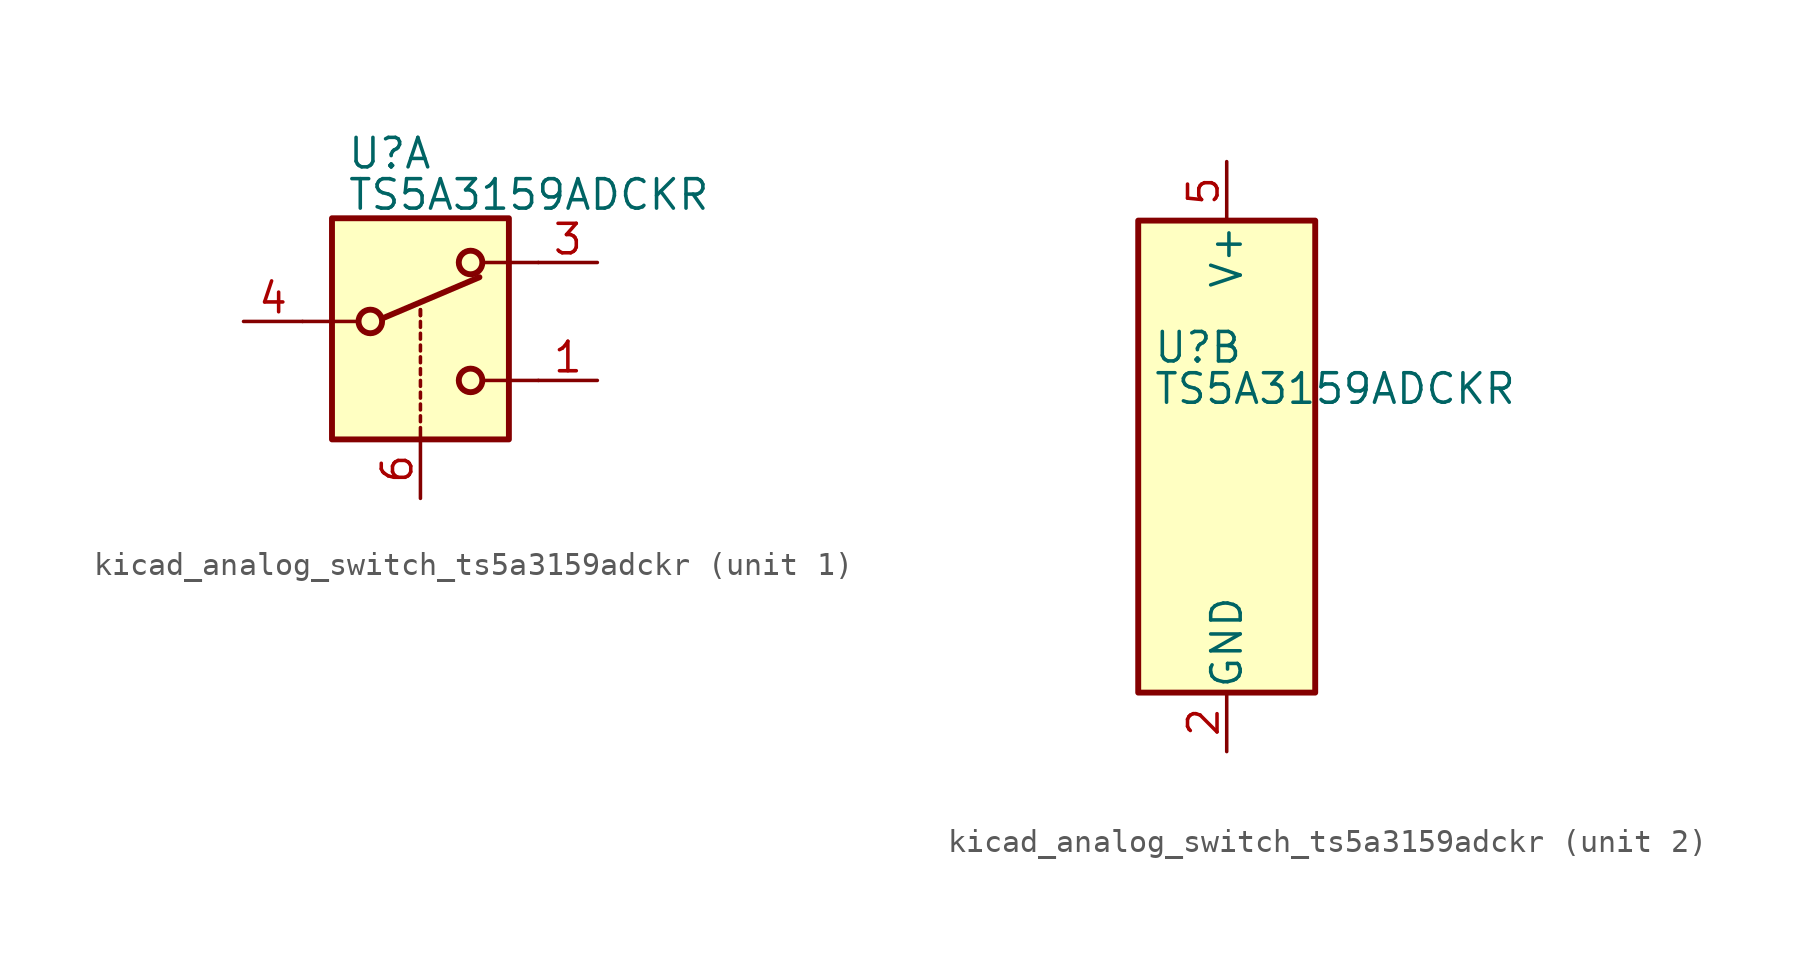
<source format=kicad_sym>
(kicad_symbol_lib
  (version 20220914)
  (generator kicad_symbol_editor)
  (symbol "kicad_analog_switch_ts5a3159adckr"
    (pin_names
      (offset 0.127))
    (property "Reference" "U"
      (at -3.175 4.699 0)
      (effects (font (size 1.27 1.27)) (justify left)))
    (property "Value" "TS5A3159ADCKR"
      (at -3.175 2.921 0)
      (effects (font (size 1.27 1.27)) (justify left)))
    (symbol "kicad_analog_switch_ts5a3159adckr_1_1"
      (rectangle (start -3.81 1.905) (end 3.81 -7.62) (stroke (width 0.254) (type default)) (fill (type background)))
      (circle (center -2.159 -2.54) (radius 0.508) (stroke (width 0.254) (type default)) (fill (type none)))
      (polyline (pts (xy -5.08 -2.54) (xy -2.794 -2.54)) (stroke (width 0) (type default)) (fill (type none)))
      (polyline (pts (xy -1.651 -2.413) (xy 2.54 -0.635)) (stroke (width 0.254) (type default)) (fill (type none)))
      (polyline (pts (xy 0 -7.62) (xy 0 -7.112)) (stroke (width 0) (type default)) (fill (type none)))
      (polyline (pts (xy 0 -6.858) (xy 0 -6.604)) (stroke (width 0) (type default)) (fill (type none)))
      (polyline (pts (xy 0 -6.35) (xy 0 -6.096)) (stroke (width 0) (type default)) (fill (type none)))
      (polyline (pts (xy 0 -5.842) (xy 0 -5.588)) (stroke (width 0) (type default)) (fill (type none)))
      (polyline (pts (xy 0 -5.334) (xy 0 -5.08)) (stroke (width 0) (type default)) (fill (type none)))
      (polyline (pts (xy 0 -4.826) (xy 0 -4.572)) (stroke (width 0) (type default)) (fill (type none)))
      (polyline (pts (xy 0 -4.318) (xy 0 -4.064)) (stroke (width 0) (type default)) (fill (type none)))
      (polyline (pts (xy 0 -3.81) (xy 0 -3.556)) (stroke (width 0) (type default)) (fill (type none)))
      (polyline (pts (xy 0 -3.302) (xy 0 -3.048)) (stroke (width 0) (type default)) (fill (type none)))
      (polyline (pts (xy 0 -2.794) (xy 0 -2.54)) (stroke (width 0) (type default)) (fill (type none)))
      (polyline (pts (xy 0 -2.286) (xy 0 -2.032)) (stroke (width 0) (type default)) (fill (type none)))
      (polyline (pts (xy 0 -2.286) (xy 0 -2.032)) (stroke (width 0) (type default)) (fill (type none)))
      (polyline (pts (xy 5.08 -5.08) (xy 2.794 -5.08)) (stroke (width 0) (type default)) (fill (type none)))
      (polyline (pts (xy 5.08 0) (xy 2.794 0)) (stroke (width 0) (type default)) (fill (type none)))
      (circle (center 2.159 -5.08) (radius 0.508) (stroke (width 0.254) (type default)) (fill (type none)))
      (circle (center 2.159 0) (radius 0.508) (stroke (width 0.254) (type default)) (fill (type none)))
      (pin passive line (at 7.62 -5.08 180) (length 2.54) (name "~" (effects (font (size 1.27 1.27)))) (number "1" (effects (font (size 1.27 1.27)))))
      (pin passive line (at 7.62 0 180) (length 2.54) (name "~" (effects (font (size 1.27 1.27)))) (number "3" (effects (font (size 1.27 1.27)))))
      (pin passive line (at -7.62 -2.54 0) (length 2.54) (name "~" (effects (font (size 1.27 1.27)))) (number "4" (effects (font (size 1.27 1.27)))))
      (pin input line (at 0 -10.16 90) (length 2.54) (name "~" (effects (font (size 1.27 1.27)))) (number "6" (effects (font (size 1.27 1.27))))))
    (symbol "kicad_analog_switch_ts5a3159adckr_2_0"
      (pin power_in line (at 0 -12.7 90) (length 2.54) (name "GND" (effects (font (size 1.27 1.27)))) (number "2" (effects (font (size 1.27 1.27)))))
      (pin power_in line (at 0 12.7 270) (length 2.54) (name "V+" (effects (font (size 1.27 1.27)))) (number "5" (effects (font (size 1.27 1.27))))))
    (symbol "kicad_analog_switch_ts5a3159adckr_2_1"
      (rectangle (start -3.81 10.16) (end 3.81 -10.16) (stroke (width 0.254) (type default)) (fill (type background))))))
</source>
